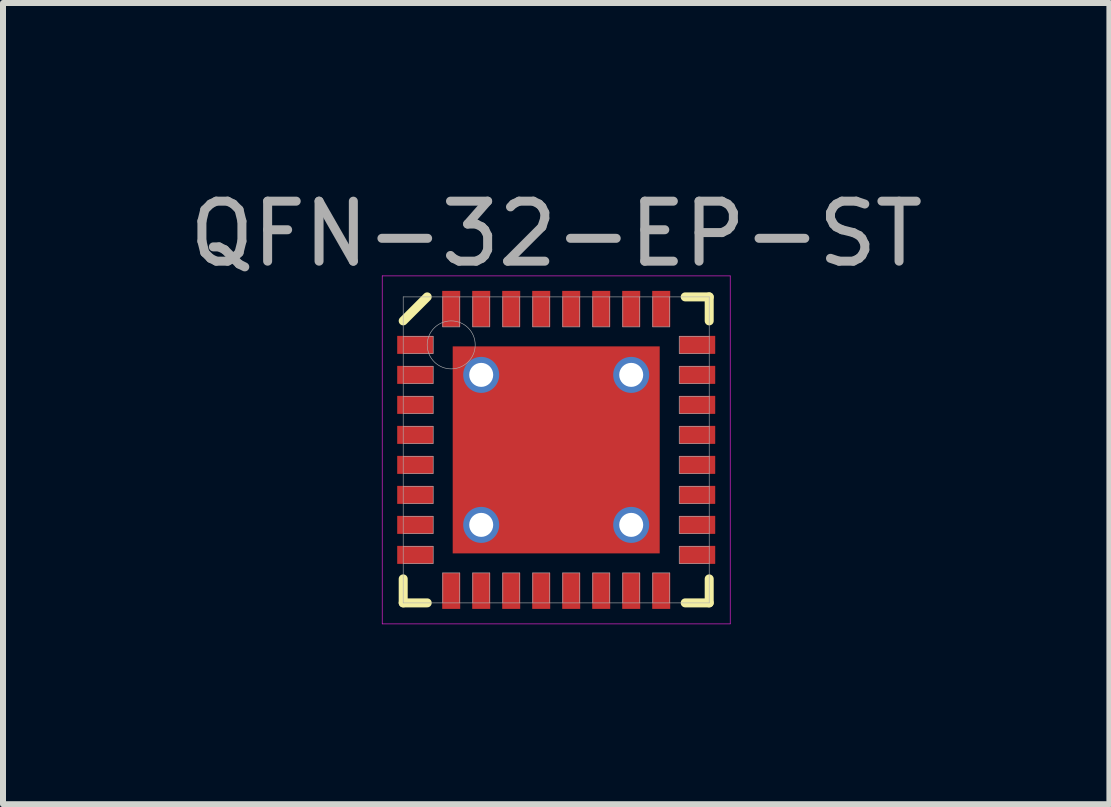
<source format=kicad_pcb>
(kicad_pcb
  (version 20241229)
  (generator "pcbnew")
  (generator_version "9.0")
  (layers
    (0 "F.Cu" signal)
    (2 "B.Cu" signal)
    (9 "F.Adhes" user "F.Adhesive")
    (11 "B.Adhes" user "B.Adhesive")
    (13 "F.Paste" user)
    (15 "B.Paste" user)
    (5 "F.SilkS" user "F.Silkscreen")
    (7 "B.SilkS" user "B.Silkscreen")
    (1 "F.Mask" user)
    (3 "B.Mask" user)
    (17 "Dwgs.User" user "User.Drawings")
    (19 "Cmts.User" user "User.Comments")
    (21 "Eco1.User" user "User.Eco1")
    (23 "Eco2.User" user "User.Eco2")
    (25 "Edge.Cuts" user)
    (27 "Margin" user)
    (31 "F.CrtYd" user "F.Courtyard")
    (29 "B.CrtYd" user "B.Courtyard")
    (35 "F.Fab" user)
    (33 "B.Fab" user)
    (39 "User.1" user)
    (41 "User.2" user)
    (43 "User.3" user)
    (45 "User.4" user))
  (footprint "QFN-32-EP-ST"
    (layer "F.Cu")
    (at 6.22 4.448)
    (property "Reference" "QFN-32-EP-ST" (at 0 -3.6 0) (layer "F.Fab") (effects (font (size 1 1) (thickness 0.15))))
    (attr through_hole)
    (fp_line (start -2.55 -2.15) (end -2.15 -2.55) (stroke (width 0.15) (type solid)) (layer "F.SilkS"))
    (fp_line (start -2.55 2.55) (end -2.55 2.15) (stroke (width 0.15) (type solid)) (layer "F.SilkS"))
    (fp_line (start -2.15 2.55) (end -2.55 2.55) (stroke (width 0.15) (type solid)) (layer "F.SilkS"))
    (fp_line (start 2.15 -2.55) (end 2.55 -2.55) (stroke (width 0.15) (type solid)) (layer "F.SilkS"))
    (fp_line (start 2.15 2.55) (end 2.55 2.55) (stroke (width 0.15) (type solid)) (layer "F.SilkS"))
    (fp_line (start 2.55 -2.55) (end 2.55 -2.15) (stroke (width 0.15) (type solid)) (layer "F.SilkS"))
    (fp_line (start 2.55 2.55) (end 2.55 2.15) (stroke (width 0.15) (type solid)) (layer "F.SilkS"))
    (fp_line (start -2.9 -2.9) (end 2.9 -2.9) (stroke (width 0.01) (type solid)) (layer "F.CrtYd"))
    (fp_line (start -2.9 2.9) (end -2.9 -2.9) (stroke (width 0.01) (type solid)) (layer "F.CrtYd"))
    (fp_line (start 2.9 -2.9) (end 2.9 2.9) (stroke (width 0.01) (type solid)) (layer "F.CrtYd"))
    (fp_line (start 2.9 2.9) (end -2.9 2.9) (stroke (width 0.01) (type solid)) (layer "F.CrtYd"))
    (fp_line (start -2.55 -2.55) (end 2.55 -2.55) (stroke (width 0.01) (type solid)) (layer "F.Fab"))
    (fp_line (start -2.55 -1.61) (end -2.05 -1.61) (stroke (width 0.01) (type solid)) (layer "F.Fab"))
    (fp_line (start -2.55 -1.11) (end -2.05 -1.11) (stroke (width 0.01) (type solid)) (layer "F.Fab"))
    (fp_line (start -2.55 -0.61) (end -2.05 -0.61) (stroke (width 0.01) (type solid)) (layer "F.Fab"))
    (fp_line (start -2.55 -0.11) (end -2.05 -0.11) (stroke (width 0.01) (type solid)) (layer "F.Fab"))
    (fp_line (start -2.55 0.39) (end -2.05 0.39) (stroke (width 0.01) (type solid)) (layer "F.Fab"))
    (fp_line (start -2.55 0.89) (end -2.05 0.89) (stroke (width 0.01) (type solid)) (layer "F.Fab"))
    (fp_line (start -2.55 1.39) (end -2.05 1.39) (stroke (width 0.01) (type solid)) (layer "F.Fab"))
    (fp_line (start -2.55 1.89) (end -2.05 1.89) (stroke (width 0.01) (type solid)) (layer "F.Fab"))
    (fp_line (start -2.55 2.55) (end -2.55 -2.55) (stroke (width 0.01) (type solid)) (layer "F.Fab"))
    (fp_line (start -2.05 -1.89) (end -2.55 -1.89) (stroke (width 0.01) (type solid)) (layer "F.Fab"))
    (fp_line (start -2.05 -1.61) (end -2.05 -1.89) (stroke (width 0.01) (type solid)) (layer "F.Fab"))
    (fp_line (start -2.05 -1.39) (end -2.55 -1.39) (stroke (width 0.01) (type solid)) (layer "F.Fab"))
    (fp_line (start -2.05 -1.11) (end -2.05 -1.39) (stroke (width 0.01) (type solid)) (layer "F.Fab"))
    (fp_line (start -2.05 -0.89) (end -2.55 -0.89) (stroke (width 0.01) (type solid)) (layer "F.Fab"))
    (fp_line (start -2.05 -0.61) (end -2.05 -0.89) (stroke (width 0.01) (type solid)) (layer "F.Fab"))
    (fp_line (start -2.05 -0.39) (end -2.55 -0.39) (stroke (width 0.01) (type solid)) (layer "F.Fab"))
    (fp_line (start -2.05 -0.11) (end -2.05 -0.39) (stroke (width 0.01) (type solid)) (layer "F.Fab"))
    (fp_line (start -2.05 0.11) (end -2.55 0.11) (stroke (width 0.01) (type solid)) (layer "F.Fab"))
    (fp_line (start -2.05 0.39) (end -2.05 0.11) (stroke (width 0.01) (type solid)) (layer "F.Fab"))
    (fp_line (start -2.05 0.61) (end -2.55 0.61) (stroke (width 0.01) (type solid)) (layer "F.Fab"))
    (fp_line (start -2.05 0.89) (end -2.05 0.61) (stroke (width 0.01) (type solid)) (layer "F.Fab"))
    (fp_line (start -2.05 1.11) (end -2.55 1.11) (stroke (width 0.01) (type solid)) (layer "F.Fab"))
    (fp_line (start -2.05 1.39) (end -2.05 1.11) (stroke (width 0.01) (type solid)) (layer "F.Fab"))
    (fp_line (start -2.05 1.61) (end -2.55 1.61) (stroke (width 0.01) (type solid)) (layer "F.Fab"))
    (fp_line (start -2.05 1.89) (end -2.05 1.61) (stroke (width 0.01) (type solid)) (layer "F.Fab"))
    (fp_line (start -1.89 -2.55) (end -1.89 -2.05) (stroke (width 0.01) (type solid)) (layer "F.Fab"))
    (fp_line (start -1.89 -2.05) (end -1.61 -2.05) (stroke (width 0.01) (type solid)) (layer "F.Fab"))
    (fp_line (start -1.89 2.05) (end -1.89 2.55) (stroke (width 0.01) (type solid)) (layer "F.Fab"))
    (fp_line (start -1.61 -2.05) (end -1.61 -2.55) (stroke (width 0.01) (type solid)) (layer "F.Fab"))
    (fp_line (start -1.61 2.05) (end -1.89 2.05) (stroke (width 0.01) (type solid)) (layer "F.Fab"))
    (fp_line (start -1.61 2.55) (end -1.61 2.05) (stroke (width 0.01) (type solid)) (layer "F.Fab"))
    (fp_line (start -1.39 -2.55) (end -1.39 -2.05) (stroke (width 0.01) (type solid)) (layer "F.Fab"))
    (fp_line (start -1.39 -2.05) (end -1.11 -2.05) (stroke (width 0.01) (type solid)) (layer "F.Fab"))
    (fp_line (start -1.39 2.05) (end -1.39 2.55) (stroke (width 0.01) (type solid)) (layer "F.Fab"))
    (fp_line (start -1.11 -2.05) (end -1.11 -2.55) (stroke (width 0.01) (type solid)) (layer "F.Fab"))
    (fp_line (start -1.11 2.05) (end -1.39 2.05) (stroke (width 0.01) (type solid)) (layer "F.Fab"))
    (fp_line (start -1.11 2.55) (end -1.11 2.05) (stroke (width 0.01) (type solid)) (layer "F.Fab"))
    (fp_line (start -0.89 -2.55) (end -0.89 -2.05) (stroke (width 0.01) (type solid)) (layer "F.Fab"))
    (fp_line (start -0.89 -2.05) (end -0.61 -2.05) (stroke (width 0.01) (type solid)) (layer "F.Fab"))
    (fp_line (start -0.89 2.05) (end -0.89 2.55) (stroke (width 0.01) (type solid)) (layer "F.Fab"))
    (fp_line (start -0.61 -2.05) (end -0.61 -2.55) (stroke (width 0.01) (type solid)) (layer "F.Fab"))
    (fp_line (start -0.61 2.05) (end -0.89 2.05) (stroke (width 0.01) (type solid)) (layer "F.Fab"))
    (fp_line (start -0.61 2.55) (end -0.61 2.05) (stroke (width 0.01) (type solid)) (layer "F.Fab"))
    (fp_line (start -0.39 -2.55) (end -0.39 -2.05) (stroke (width 0.01) (type solid)) (layer "F.Fab"))
    (fp_line (start -0.39 -2.05) (end -0.11 -2.05) (stroke (width 0.01) (type solid)) (layer "F.Fab"))
    (fp_line (start -0.39 2.05) (end -0.39 2.55) (stroke (width 0.01) (type solid)) (layer "F.Fab"))
    (fp_line (start -0.11 -2.05) (end -0.11 -2.55) (stroke (width 0.01) (type solid)) (layer "F.Fab"))
    (fp_line (start -0.11 2.05) (end -0.39 2.05) (stroke (width 0.01) (type solid)) (layer "F.Fab"))
    (fp_line (start -0.11 2.55) (end -0.11 2.05) (stroke (width 0.01) (type solid)) (layer "F.Fab"))
    (fp_line (start 0.11 -2.55) (end 0.11 -2.05) (stroke (width 0.01) (type solid)) (layer "F.Fab"))
    (fp_line (start 0.11 -2.05) (end 0.39 -2.05) (stroke (width 0.01) (type solid)) (layer "F.Fab"))
    (fp_line (start 0.11 2.05) (end 0.11 2.55) (stroke (width 0.01) (type solid)) (layer "F.Fab"))
    (fp_line (start 0.39 -2.05) (end 0.39 -2.55) (stroke (width 0.01) (type solid)) (layer "F.Fab"))
    (fp_line (start 0.39 2.05) (end 0.11 2.05) (stroke (width 0.01) (type solid)) (layer "F.Fab"))
    (fp_line (start 0.39 2.55) (end 0.39 2.05) (stroke (width 0.01) (type solid)) (layer "F.Fab"))
    (fp_line (start 0.61 -2.55) (end 0.61 -2.05) (stroke (width 0.01) (type solid)) (layer "F.Fab"))
    (fp_line (start 0.61 -2.05) (end 0.89 -2.05) (stroke (width 0.01) (type solid)) (layer "F.Fab"))
    (fp_line (start 0.61 2.05) (end 0.61 2.55) (stroke (width 0.01) (type solid)) (layer "F.Fab"))
    (fp_line (start 0.89 -2.05) (end 0.89 -2.55) (stroke (width 0.01) (type solid)) (layer "F.Fab"))
    (fp_line (start 0.89 2.05) (end 0.61 2.05) (stroke (width 0.01) (type solid)) (layer "F.Fab"))
    (fp_line (start 0.89 2.55) (end 0.89 2.05) (stroke (width 0.01) (type solid)) (layer "F.Fab"))
    (fp_line (start 1.11 -2.55) (end 1.11 -2.05) (stroke (width 0.01) (type solid)) (layer "F.Fab"))
    (fp_line (start 1.11 -2.05) (end 1.39 -2.05) (stroke (width 0.01) (type solid)) (layer "F.Fab"))
    (fp_line (start 1.11 2.05) (end 1.11 2.55) (stroke (width 0.01) (type solid)) (layer "F.Fab"))
    (fp_line (start 1.39 -2.05) (end 1.39 -2.55) (stroke (width 0.01) (type solid)) (layer "F.Fab"))
    (fp_line (start 1.39 2.05) (end 1.11 2.05) (stroke (width 0.01) (type solid)) (layer "F.Fab"))
    (fp_line (start 1.39 2.55) (end 1.39 2.05) (stroke (width 0.01) (type solid)) (layer "F.Fab"))
    (fp_line (start 1.61 -2.55) (end 1.61 -2.05) (stroke (width 0.01) (type solid)) (layer "F.Fab"))
    (fp_line (start 1.61 -2.05) (end 1.89 -2.05) (stroke (width 0.01) (type solid)) (layer "F.Fab"))
    (fp_line (start 1.61 2.05) (end 1.61 2.55) (stroke (width 0.01) (type solid)) (layer "F.Fab"))
    (fp_line (start 1.89 -2.05) (end 1.89 -2.55) (stroke (width 0.01) (type solid)) (layer "F.Fab"))
    (fp_line (start 1.89 2.05) (end 1.61 2.05) (stroke (width 0.01) (type solid)) (layer "F.Fab"))
    (fp_line (start 1.89 2.55) (end 1.89 2.05) (stroke (width 0.01) (type solid)) (layer "F.Fab"))
    (fp_line (start 2.05 -1.89) (end 2.05 -1.61) (stroke (width 0.01) (type solid)) (layer "F.Fab"))
    (fp_line (start 2.05 -1.61) (end 2.55 -1.61) (stroke (width 0.01) (type solid)) (layer "F.Fab"))
    (fp_line (start 2.05 -1.39) (end 2.05 -1.11) (stroke (width 0.01) (type solid)) (layer "F.Fab"))
    (fp_line (start 2.05 -1.11) (end 2.55 -1.11) (stroke (width 0.01) (type solid)) (layer "F.Fab"))
    (fp_line (start 2.05 -0.89) (end 2.05 -0.61) (stroke (width 0.01) (type solid)) (layer "F.Fab"))
    (fp_line (start 2.05 -0.61) (end 2.55 -0.61) (stroke (width 0.01) (type solid)) (layer "F.Fab"))
    (fp_line (start 2.05 -0.39) (end 2.05 -0.11) (stroke (width 0.01) (type solid)) (layer "F.Fab"))
    (fp_line (start 2.05 -0.11) (end 2.55 -0.11) (stroke (width 0.01) (type solid)) (layer "F.Fab"))
    (fp_line (start 2.05 0.11) (end 2.05 0.39) (stroke (width 0.01) (type solid)) (layer "F.Fab"))
    (fp_line (start 2.05 0.39) (end 2.55 0.39) (stroke (width 0.01) (type solid)) (layer "F.Fab"))
    (fp_line (start 2.05 0.61) (end 2.05 0.89) (stroke (width 0.01) (type solid)) (layer "F.Fab"))
    (fp_line (start 2.05 0.89) (end 2.55 0.89) (stroke (width 0.01) (type solid)) (layer "F.Fab"))
    (fp_line (start 2.05 1.11) (end 2.05 1.39) (stroke (width 0.01) (type solid)) (layer "F.Fab"))
    (fp_line (start 2.05 1.39) (end 2.55 1.39) (stroke (width 0.01) (type solid)) (layer "F.Fab"))
    (fp_line (start 2.05 1.61) (end 2.05 1.89) (stroke (width 0.01) (type solid)) (layer "F.Fab"))
    (fp_line (start 2.05 1.89) (end 2.55 1.89) (stroke (width 0.01) (type solid)) (layer "F.Fab"))
    (fp_line (start 2.55 -2.55) (end 2.55 2.55) (stroke (width 0.01) (type solid)) (layer "F.Fab"))
    (fp_line (start 2.55 -1.89) (end 2.05 -1.89) (stroke (width 0.01) (type solid)) (layer "F.Fab"))
    (fp_line (start 2.55 -1.39) (end 2.05 -1.39) (stroke (width 0.01) (type solid)) (layer "F.Fab"))
    (fp_line (start 2.55 -0.89) (end 2.05 -0.89) (stroke (width 0.01) (type solid)) (layer "F.Fab"))
    (fp_line (start 2.55 -0.39) (end 2.05 -0.39) (stroke (width 0.01) (type solid)) (layer "F.Fab"))
    (fp_line (start 2.55 0.11) (end 2.05 0.11) (stroke (width 0.01) (type solid)) (layer "F.Fab"))
    (fp_line (start 2.55 0.61) (end 2.05 0.61) (stroke (width 0.01) (type solid)) (layer "F.Fab"))
    (fp_line (start 2.55 1.11) (end 2.05 1.11) (stroke (width 0.01) (type solid)) (layer "F.Fab"))
    (fp_line (start 2.55 1.61) (end 2.05 1.61) (stroke (width 0.01) (type solid)) (layer "F.Fab"))
    (fp_line (start 2.55 2.55) (end -2.55 2.55) (stroke (width 0.01) (type solid)) (layer "F.Fab"))
    (fp_circle (center -1.75 -1.75) (end -1.75 -1.35) (stroke (width 0.01) (type solid)) (fill no) (layer "F.Fab"))
    (pad "1" smd rect (at -2.35 -1.75) (size 0.6 0.3) (layers "F.Cu" "F.Mask" "F.Paste"))
    (pad "2" smd rect (at -2.35 -1.25) (size 0.6 0.3) (layers "F.Cu" "F.Mask" "F.Paste"))
    (pad "3" smd rect (at -2.35 -0.75) (size 0.6 0.3) (layers "F.Cu" "F.Mask" "F.Paste"))
    (pad "4" smd rect (at -2.35 -0.25) (size 0.6 0.3) (layers "F.Cu" "F.Mask" "F.Paste"))
    (pad "5" smd rect (at -2.35 0.25) (size 0.6 0.3) (layers "F.Cu" "F.Mask" "F.Paste"))
    (pad "6" smd rect (at -2.35 0.75) (size 0.6 0.3) (layers "F.Cu" "F.Mask" "F.Paste"))
    (pad "7" smd rect (at -2.35 1.25) (size 0.6 0.3) (layers "F.Cu" "F.Mask" "F.Paste"))
    (pad "8" smd rect (at -2.35 1.75) (size 0.6 0.3) (layers "F.Cu" "F.Mask" "F.Paste"))
    (pad "9" smd rect (at -1.75 2.35) (size 0.3 0.6) (layers "F.Cu" "F.Mask" "F.Paste"))
    (pad "10" smd rect (at -1.25 2.35) (size 0.3 0.6) (layers "F.Cu" "F.Mask" "F.Paste"))
    (pad "11" smd rect (at -0.75 2.35) (size 0.3 0.6) (layers "F.Cu" "F.Mask" "F.Paste"))
    (pad "12" smd rect (at -0.25 2.35) (size 0.3 0.6) (layers "F.Cu" "F.Mask" "F.Paste"))
    (pad "13" smd rect (at 0.25 2.35) (size 0.3 0.6) (layers "F.Cu" "F.Mask" "F.Paste"))
    (pad "14" smd rect (at 0.75 2.35) (size 0.3 0.6) (layers "F.Cu" "F.Mask" "F.Paste"))
    (pad "15" smd rect (at 1.25 2.35) (size 0.3 0.6) (layers "F.Cu" "F.Mask" "F.Paste"))
    (pad "16" smd rect (at 1.75 2.35) (size 0.3 0.6) (layers "F.Cu" "F.Mask" "F.Paste"))
    (pad "17" smd rect (at 2.35 1.75) (size 0.6 0.3) (layers "F.Cu" "F.Mask" "F.Paste"))
    (pad "18" smd rect (at 2.35 1.25) (size 0.6 0.3) (layers "F.Cu" "F.Mask" "F.Paste"))
    (pad "19" smd rect (at 2.35 0.75) (size 0.6 0.3) (layers "F.Cu" "F.Mask" "F.Paste"))
    (pad "20" smd rect (at 2.35 0.25) (size 0.6 0.3) (layers "F.Cu" "F.Mask" "F.Paste"))
    (pad "21" smd rect (at 2.35 -0.25) (size 0.6 0.3) (layers "F.Cu" "F.Mask" "F.Paste"))
    (pad "22" smd rect (at 2.35 -0.75) (size 0.6 0.3) (layers "F.Cu" "F.Mask" "F.Paste"))
    (pad "23" smd rect (at 2.35 -1.25) (size 0.6 0.3) (layers "F.Cu" "F.Mask" "F.Paste"))
    (pad "24" smd rect (at 2.35 -1.75) (size 0.6 0.3) (layers "F.Cu" "F.Mask" "F.Paste"))
    (pad "25" smd rect (at 1.75 -2.35) (size 0.3 0.6) (layers "F.Cu" "F.Mask" "F.Paste"))
    (pad "26" smd rect (at 1.25 -2.35) (size 0.3 0.6) (layers "F.Cu" "F.Mask" "F.Paste"))
    (pad "27" smd rect (at 0.75 -2.35) (size 0.3 0.6) (layers "F.Cu" "F.Mask" "F.Paste"))
    (pad "28" smd rect (at 0.25 -2.35) (size 0.3 0.6) (layers "F.Cu" "F.Mask" "F.Paste"))
    (pad "29" smd rect (at -0.25 -2.35) (size 0.3 0.6) (layers "F.Cu" "F.Mask" "F.Paste"))
    (pad "30" smd rect (at -0.75 -2.35) (size 0.3 0.6) (layers "F.Cu" "F.Mask" "F.Paste"))
    (pad "31" smd rect (at -1.25 -2.35) (size 0.3 0.6) (layers "F.Cu" "F.Mask" "F.Paste"))
    (pad "32" smd rect (at -1.75 -2.35) (size 0.3 0.6) (layers "F.Cu" "F.Mask" "F.Paste"))
    (pad "EP" thru_hole circle (at -1.25 -1.25) (size 0.6 0.6) (drill 0.4) (layers "*.Cu"))
    (pad "EP" thru_hole circle (at -1.25 1.25) (size 0.6 0.6) (drill 0.4) (layers "*.Cu"))
    (pad "EP" smd rect (at 0 0) (size 1 1) (layers "F.Cu" "F.Paste"))
    (pad "EP" smd rect (at 0 0) (size 2 2) (layers "F.Cu" "F.Mask"))
    (pad "EP" smd rect (at 0 0) (size 3.45 3.45) (layers "F.Cu"))
    (pad "EP" thru_hole circle (at 1.25 -1.25) (size 0.6 0.6) (drill 0.4) (layers "*.Cu"))
    (pad "EP" thru_hole circle (at 1.25 1.25) (size 0.6 0.6) (drill 0.4) (layers "*.Cu")))
  (gr_rect
    (start -3 -3)
    (end 15.44 10.353)
    (stroke (width 0.1) (type default))
    (fill no)
    (layer "Edge.Cuts")))
</source>
